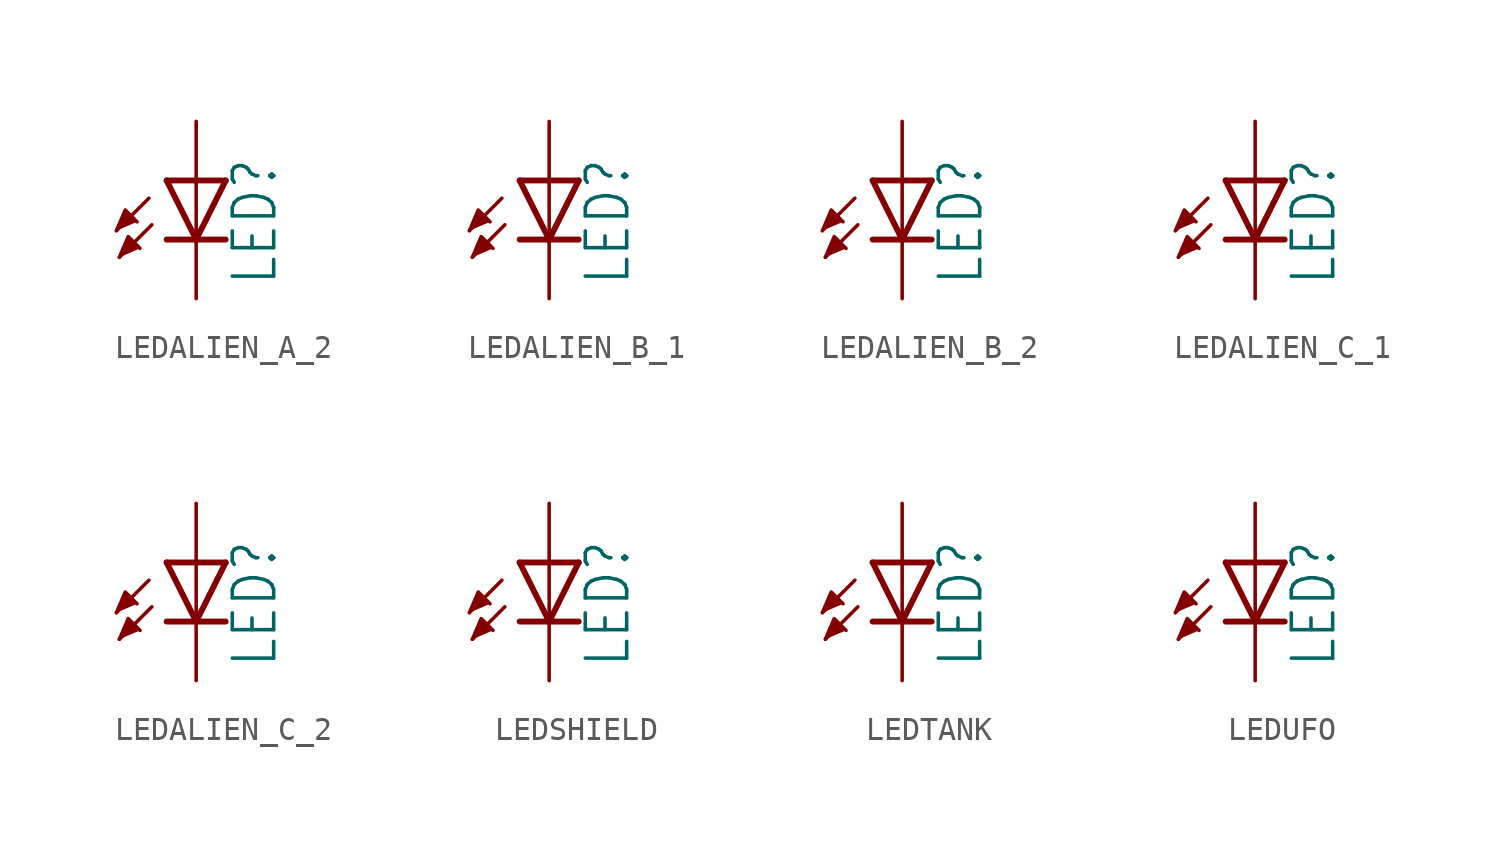
<source format=kicad_sym>
(kicad_symbol_lib
  (version 20231120)
  (generator "kicad_symbol_editor")
  (generator_version "8.0")
  (symbol "LEDALIEN_A_2"
    (property "Reference" "LED"
      (at 3.556 -4.572 90)
      (effects (font (size 1.778 1.511)) (justify left bottom)))
    (property "Value" ""
      (at 5.715 -4.572 90)
      (effects (font (size 1.778 1.511)) (justify left bottom)))
    (property "ki_locked" ""
      (at 0 0 0)
      (effects (font (size 1.27 1.27))))
    (symbol "LEDALIEN_A_2_1_0"
      (polyline (pts (xy -2.032 -0.762) (xy -3.429 -2.159)) (stroke (width 0.152) (type solid)) (fill (type none)))
      (polyline (pts (xy -1.905 -1.905) (xy -3.302 -3.302)) (stroke (width 0.152) (type solid)) (fill (type none)))
      (polyline (pts (xy 0 -2.54) (xy -1.27 -2.54)) (stroke (width 0.254) (type solid)) (fill (type none)))
      (polyline (pts (xy 0 -2.54) (xy -1.27 0)) (stroke (width 0.254) (type solid)) (fill (type none)))
      (polyline (pts (xy 0 0) (xy -1.27 0)) (stroke (width 0.254) (type solid)) (fill (type none)))
      (polyline (pts (xy 0 0) (xy 0 -2.54)) (stroke (width 0.152) (type solid)) (fill (type none)))
      (polyline (pts (xy 1.27 -2.54) (xy 0 -2.54)) (stroke (width 0.254) (type solid)) (fill (type none)))
      (polyline (pts (xy 1.27 0) (xy 0 -2.54)) (stroke (width 0.254) (type solid)) (fill (type none)))
      (polyline (pts (xy 1.27 0) (xy 0 0)) (stroke (width 0.254) (type solid)) (fill (type none)))
      (polyline (pts (xy -3.429 -2.159) (xy -3.048 -1.27) (xy -2.54 -1.778)) (stroke (width 0.152) (type solid)) (fill (type outline)))
      (polyline (pts (xy -3.302 -3.302) (xy -2.921 -2.413) (xy -2.413 -2.921)) (stroke (width 0.152) (type solid)) (fill (type outline)))
      (pin passive line (at 0 2.54 270) (length 2.54) (name "A" (effects (font (size 0 0)))) (number "A" (effects (font (size 0 0)))))
      (pin passive line (at 0 -5.08 90) (length 2.54) (name "C" (effects (font (size 0 0)))) (number "C" (effects (font (size 0 0)))))))
  (symbol "LEDALIEN_B_1"
    (property "Reference" "LED"
      (at 3.556 -4.572 90)
      (effects (font (size 1.778 1.511)) (justify left bottom)))
    (property "Value" ""
      (at 5.715 -4.572 90)
      (effects (font (size 1.778 1.511)) (justify left bottom)))
    (property "ki_locked" ""
      (at 0 0 0)
      (effects (font (size 1.27 1.27))))
    (symbol "LEDALIEN_B_1_1_0"
      (polyline (pts (xy -2.032 -0.762) (xy -3.429 -2.159)) (stroke (width 0.152) (type solid)) (fill (type none)))
      (polyline (pts (xy -1.905 -1.905) (xy -3.302 -3.302)) (stroke (width 0.152) (type solid)) (fill (type none)))
      (polyline (pts (xy 0 -2.54) (xy -1.27 -2.54)) (stroke (width 0.254) (type solid)) (fill (type none)))
      (polyline (pts (xy 0 -2.54) (xy -1.27 0)) (stroke (width 0.254) (type solid)) (fill (type none)))
      (polyline (pts (xy 0 0) (xy -1.27 0)) (stroke (width 0.254) (type solid)) (fill (type none)))
      (polyline (pts (xy 0 0) (xy 0 -2.54)) (stroke (width 0.152) (type solid)) (fill (type none)))
      (polyline (pts (xy 1.27 -2.54) (xy 0 -2.54)) (stroke (width 0.254) (type solid)) (fill (type none)))
      (polyline (pts (xy 1.27 0) (xy 0 -2.54)) (stroke (width 0.254) (type solid)) (fill (type none)))
      (polyline (pts (xy 1.27 0) (xy 0 0)) (stroke (width 0.254) (type solid)) (fill (type none)))
      (polyline (pts (xy -3.429 -2.159) (xy -3.048 -1.27) (xy -2.54 -1.778)) (stroke (width 0.152) (type solid)) (fill (type outline)))
      (polyline (pts (xy -3.302 -3.302) (xy -2.921 -2.413) (xy -2.413 -2.921)) (stroke (width 0.152) (type solid)) (fill (type outline)))
      (pin passive line (at 0 2.54 270) (length 2.54) (name "A" (effects (font (size 0 0)))) (number "A" (effects (font (size 0 0)))))
      (pin passive line (at 0 -5.08 90) (length 2.54) (name "C" (effects (font (size 0 0)))) (number "C" (effects (font (size 0 0)))))))
  (symbol "LEDALIEN_B_2"
    (property "Reference" "LED"
      (at 3.556 -4.572 90)
      (effects (font (size 1.778 1.511)) (justify left bottom)))
    (property "Value" ""
      (at 5.715 -4.572 90)
      (effects (font (size 1.778 1.511)) (justify left bottom)))
    (property "ki_locked" ""
      (at 0 0 0)
      (effects (font (size 1.27 1.27))))
    (symbol "LEDALIEN_B_2_1_0"
      (polyline (pts (xy -2.032 -0.762) (xy -3.429 -2.159)) (stroke (width 0.152) (type solid)) (fill (type none)))
      (polyline (pts (xy -1.905 -1.905) (xy -3.302 -3.302)) (stroke (width 0.152) (type solid)) (fill (type none)))
      (polyline (pts (xy 0 -2.54) (xy -1.27 -2.54)) (stroke (width 0.254) (type solid)) (fill (type none)))
      (polyline (pts (xy 0 -2.54) (xy -1.27 0)) (stroke (width 0.254) (type solid)) (fill (type none)))
      (polyline (pts (xy 0 0) (xy -1.27 0)) (stroke (width 0.254) (type solid)) (fill (type none)))
      (polyline (pts (xy 0 0) (xy 0 -2.54)) (stroke (width 0.152) (type solid)) (fill (type none)))
      (polyline (pts (xy 1.27 -2.54) (xy 0 -2.54)) (stroke (width 0.254) (type solid)) (fill (type none)))
      (polyline (pts (xy 1.27 0) (xy 0 -2.54)) (stroke (width 0.254) (type solid)) (fill (type none)))
      (polyline (pts (xy 1.27 0) (xy 0 0)) (stroke (width 0.254) (type solid)) (fill (type none)))
      (polyline (pts (xy -3.429 -2.159) (xy -3.048 -1.27) (xy -2.54 -1.778)) (stroke (width 0.152) (type solid)) (fill (type outline)))
      (polyline (pts (xy -3.302 -3.302) (xy -2.921 -2.413) (xy -2.413 -2.921)) (stroke (width 0.152) (type solid)) (fill (type outline)))
      (pin passive line (at 0 2.54 270) (length 2.54) (name "A" (effects (font (size 0 0)))) (number "A" (effects (font (size 0 0)))))
      (pin passive line (at 0 -5.08 90) (length 2.54) (name "C" (effects (font (size 0 0)))) (number "C" (effects (font (size 0 0)))))))
  (symbol "LEDALIEN_C_1"
    (property "Reference" "LED"
      (at 3.556 -4.572 90)
      (effects (font (size 1.778 1.511)) (justify left bottom)))
    (property "Value" ""
      (at 5.715 -4.572 90)
      (effects (font (size 1.778 1.511)) (justify left bottom)))
    (property "ki_locked" ""
      (at 0 0 0)
      (effects (font (size 1.27 1.27))))
    (symbol "LEDALIEN_C_1_1_0"
      (polyline (pts (xy -2.032 -0.762) (xy -3.429 -2.159)) (stroke (width 0.152) (type solid)) (fill (type none)))
      (polyline (pts (xy -1.905 -1.905) (xy -3.302 -3.302)) (stroke (width 0.152) (type solid)) (fill (type none)))
      (polyline (pts (xy 0 -2.54) (xy -1.27 -2.54)) (stroke (width 0.254) (type solid)) (fill (type none)))
      (polyline (pts (xy 0 -2.54) (xy -1.27 0)) (stroke (width 0.254) (type solid)) (fill (type none)))
      (polyline (pts (xy 0 0) (xy -1.27 0)) (stroke (width 0.254) (type solid)) (fill (type none)))
      (polyline (pts (xy 0 0) (xy 0 -2.54)) (stroke (width 0.152) (type solid)) (fill (type none)))
      (polyline (pts (xy 1.27 -2.54) (xy 0 -2.54)) (stroke (width 0.254) (type solid)) (fill (type none)))
      (polyline (pts (xy 1.27 0) (xy 0 -2.54)) (stroke (width 0.254) (type solid)) (fill (type none)))
      (polyline (pts (xy 1.27 0) (xy 0 0)) (stroke (width 0.254) (type solid)) (fill (type none)))
      (polyline (pts (xy -3.429 -2.159) (xy -3.048 -1.27) (xy -2.54 -1.778)) (stroke (width 0.152) (type solid)) (fill (type outline)))
      (polyline (pts (xy -3.302 -3.302) (xy -2.921 -2.413) (xy -2.413 -2.921)) (stroke (width 0.152) (type solid)) (fill (type outline)))
      (pin passive line (at 0 2.54 270) (length 2.54) (name "A" (effects (font (size 0 0)))) (number "A" (effects (font (size 0 0)))))
      (pin passive line (at 0 -5.08 90) (length 2.54) (name "C" (effects (font (size 0 0)))) (number "C" (effects (font (size 0 0)))))))
  (symbol "LEDALIEN_C_2"
    (property "Reference" "LED"
      (at 3.556 -4.572 90)
      (effects (font (size 1.778 1.511)) (justify left bottom)))
    (property "Value" ""
      (at 5.715 -4.572 90)
      (effects (font (size 1.778 1.511)) (justify left bottom)))
    (property "ki_locked" ""
      (at 0 0 0)
      (effects (font (size 1.27 1.27))))
    (symbol "LEDALIEN_C_2_1_0"
      (polyline (pts (xy -2.032 -0.762) (xy -3.429 -2.159)) (stroke (width 0.152) (type solid)) (fill (type none)))
      (polyline (pts (xy -1.905 -1.905) (xy -3.302 -3.302)) (stroke (width 0.152) (type solid)) (fill (type none)))
      (polyline (pts (xy 0 -2.54) (xy -1.27 -2.54)) (stroke (width 0.254) (type solid)) (fill (type none)))
      (polyline (pts (xy 0 -2.54) (xy -1.27 0)) (stroke (width 0.254) (type solid)) (fill (type none)))
      (polyline (pts (xy 0 0) (xy -1.27 0)) (stroke (width 0.254) (type solid)) (fill (type none)))
      (polyline (pts (xy 0 0) (xy 0 -2.54)) (stroke (width 0.152) (type solid)) (fill (type none)))
      (polyline (pts (xy 1.27 -2.54) (xy 0 -2.54)) (stroke (width 0.254) (type solid)) (fill (type none)))
      (polyline (pts (xy 1.27 0) (xy 0 -2.54)) (stroke (width 0.254) (type solid)) (fill (type none)))
      (polyline (pts (xy 1.27 0) (xy 0 0)) (stroke (width 0.254) (type solid)) (fill (type none)))
      (polyline (pts (xy -3.429 -2.159) (xy -3.048 -1.27) (xy -2.54 -1.778)) (stroke (width 0.152) (type solid)) (fill (type outline)))
      (polyline (pts (xy -3.302 -3.302) (xy -2.921 -2.413) (xy -2.413 -2.921)) (stroke (width 0.152) (type solid)) (fill (type outline)))
      (pin passive line (at 0 2.54 270) (length 2.54) (name "A" (effects (font (size 0 0)))) (number "A" (effects (font (size 0 0)))))
      (pin passive line (at 0 -5.08 90) (length 2.54) (name "C" (effects (font (size 0 0)))) (number "C" (effects (font (size 0 0)))))))
  (symbol "LEDSHIELD"
    (property "Reference" "LED"
      (at 3.556 -4.572 90)
      (effects (font (size 1.778 1.511)) (justify left bottom)))
    (property "Value" ""
      (at 5.715 -4.572 90)
      (effects (font (size 1.778 1.511)) (justify left bottom)))
    (property "ki_locked" ""
      (at 0 0 0)
      (effects (font (size 1.27 1.27))))
    (symbol "LEDSHIELD_1_0"
      (polyline (pts (xy -2.032 -0.762) (xy -3.429 -2.159)) (stroke (width 0.152) (type solid)) (fill (type none)))
      (polyline (pts (xy -1.905 -1.905) (xy -3.302 -3.302)) (stroke (width 0.152) (type solid)) (fill (type none)))
      (polyline (pts (xy 0 -2.54) (xy -1.27 -2.54)) (stroke (width 0.254) (type solid)) (fill (type none)))
      (polyline (pts (xy 0 -2.54) (xy -1.27 0)) (stroke (width 0.254) (type solid)) (fill (type none)))
      (polyline (pts (xy 0 0) (xy -1.27 0)) (stroke (width 0.254) (type solid)) (fill (type none)))
      (polyline (pts (xy 0 0) (xy 0 -2.54)) (stroke (width 0.152) (type solid)) (fill (type none)))
      (polyline (pts (xy 1.27 -2.54) (xy 0 -2.54)) (stroke (width 0.254) (type solid)) (fill (type none)))
      (polyline (pts (xy 1.27 0) (xy 0 -2.54)) (stroke (width 0.254) (type solid)) (fill (type none)))
      (polyline (pts (xy 1.27 0) (xy 0 0)) (stroke (width 0.254) (type solid)) (fill (type none)))
      (polyline (pts (xy -3.429 -2.159) (xy -3.048 -1.27) (xy -2.54 -1.778)) (stroke (width 0.152) (type solid)) (fill (type outline)))
      (polyline (pts (xy -3.302 -3.302) (xy -2.921 -2.413) (xy -2.413 -2.921)) (stroke (width 0.152) (type solid)) (fill (type outline)))
      (pin passive line (at 0 2.54 270) (length 2.54) (name "A" (effects (font (size 0 0)))) (number "A" (effects (font (size 0 0)))))
      (pin passive line (at 0 -5.08 90) (length 2.54) (name "C" (effects (font (size 0 0)))) (number "C" (effects (font (size 0 0)))))))
  (symbol "LEDTANK"
    (property "Reference" "LED"
      (at 3.556 -4.572 90)
      (effects (font (size 1.778 1.511)) (justify left bottom)))
    (property "Value" ""
      (at 5.715 -4.572 90)
      (effects (font (size 1.778 1.511)) (justify left bottom)))
    (property "ki_locked" ""
      (at 0 0 0)
      (effects (font (size 1.27 1.27))))
    (symbol "LEDTANK_1_0"
      (polyline (pts (xy -2.032 -0.762) (xy -3.429 -2.159)) (stroke (width 0.152) (type solid)) (fill (type none)))
      (polyline (pts (xy -1.905 -1.905) (xy -3.302 -3.302)) (stroke (width 0.152) (type solid)) (fill (type none)))
      (polyline (pts (xy 0 -2.54) (xy -1.27 -2.54)) (stroke (width 0.254) (type solid)) (fill (type none)))
      (polyline (pts (xy 0 -2.54) (xy -1.27 0)) (stroke (width 0.254) (type solid)) (fill (type none)))
      (polyline (pts (xy 0 0) (xy -1.27 0)) (stroke (width 0.254) (type solid)) (fill (type none)))
      (polyline (pts (xy 0 0) (xy 0 -2.54)) (stroke (width 0.152) (type solid)) (fill (type none)))
      (polyline (pts (xy 1.27 -2.54) (xy 0 -2.54)) (stroke (width 0.254) (type solid)) (fill (type none)))
      (polyline (pts (xy 1.27 0) (xy 0 -2.54)) (stroke (width 0.254) (type solid)) (fill (type none)))
      (polyline (pts (xy 1.27 0) (xy 0 0)) (stroke (width 0.254) (type solid)) (fill (type none)))
      (polyline (pts (xy -3.429 -2.159) (xy -3.048 -1.27) (xy -2.54 -1.778)) (stroke (width 0.152) (type solid)) (fill (type outline)))
      (polyline (pts (xy -3.302 -3.302) (xy -2.921 -2.413) (xy -2.413 -2.921)) (stroke (width 0.152) (type solid)) (fill (type outline)))
      (pin passive line (at 0 2.54 270) (length 2.54) (name "A" (effects (font (size 0 0)))) (number "A" (effects (font (size 0 0)))))
      (pin passive line (at 0 -5.08 90) (length 2.54) (name "C" (effects (font (size 0 0)))) (number "C" (effects (font (size 0 0)))))))
  (symbol "LEDUFO"
    (property "Reference" "LED"
      (at 3.556 -4.572 90)
      (effects (font (size 1.778 1.511)) (justify left bottom)))
    (property "Value" ""
      (at 5.715 -4.572 90)
      (effects (font (size 1.778 1.511)) (justify left bottom)))
    (property "ki_locked" ""
      (at 0 0 0)
      (effects (font (size 1.27 1.27))))
    (symbol "LEDUFO_1_0"
      (polyline (pts (xy -2.032 -0.762) (xy -3.429 -2.159)) (stroke (width 0.152) (type solid)) (fill (type none)))
      (polyline (pts (xy -1.905 -1.905) (xy -3.302 -3.302)) (stroke (width 0.152) (type solid)) (fill (type none)))
      (polyline (pts (xy 0 -2.54) (xy -1.27 -2.54)) (stroke (width 0.254) (type solid)) (fill (type none)))
      (polyline (pts (xy 0 -2.54) (xy -1.27 0)) (stroke (width 0.254) (type solid)) (fill (type none)))
      (polyline (pts (xy 0 0) (xy -1.27 0)) (stroke (width 0.254) (type solid)) (fill (type none)))
      (polyline (pts (xy 0 0) (xy 0 -2.54)) (stroke (width 0.152) (type solid)) (fill (type none)))
      (polyline (pts (xy 1.27 -2.54) (xy 0 -2.54)) (stroke (width 0.254) (type solid)) (fill (type none)))
      (polyline (pts (xy 1.27 0) (xy 0 -2.54)) (stroke (width 0.254) (type solid)) (fill (type none)))
      (polyline (pts (xy 1.27 0) (xy 0 0)) (stroke (width 0.254) (type solid)) (fill (type none)))
      (polyline (pts (xy -3.429 -2.159) (xy -3.048 -1.27) (xy -2.54 -1.778)) (stroke (width 0.152) (type solid)) (fill (type outline)))
      (polyline (pts (xy -3.302 -3.302) (xy -2.921 -2.413) (xy -2.413 -2.921)) (stroke (width 0.152) (type solid)) (fill (type outline)))
      (pin passive line (at 0 2.54 270) (length 2.54) (name "A" (effects (font (size 0 0)))) (number "A" (effects (font (size 0 0)))))
      (pin passive line (at 0 -5.08 90) (length 2.54) (name "C" (effects (font (size 0 0)))) (number "C" (effects (font (size 0 0))))))))
</source>
